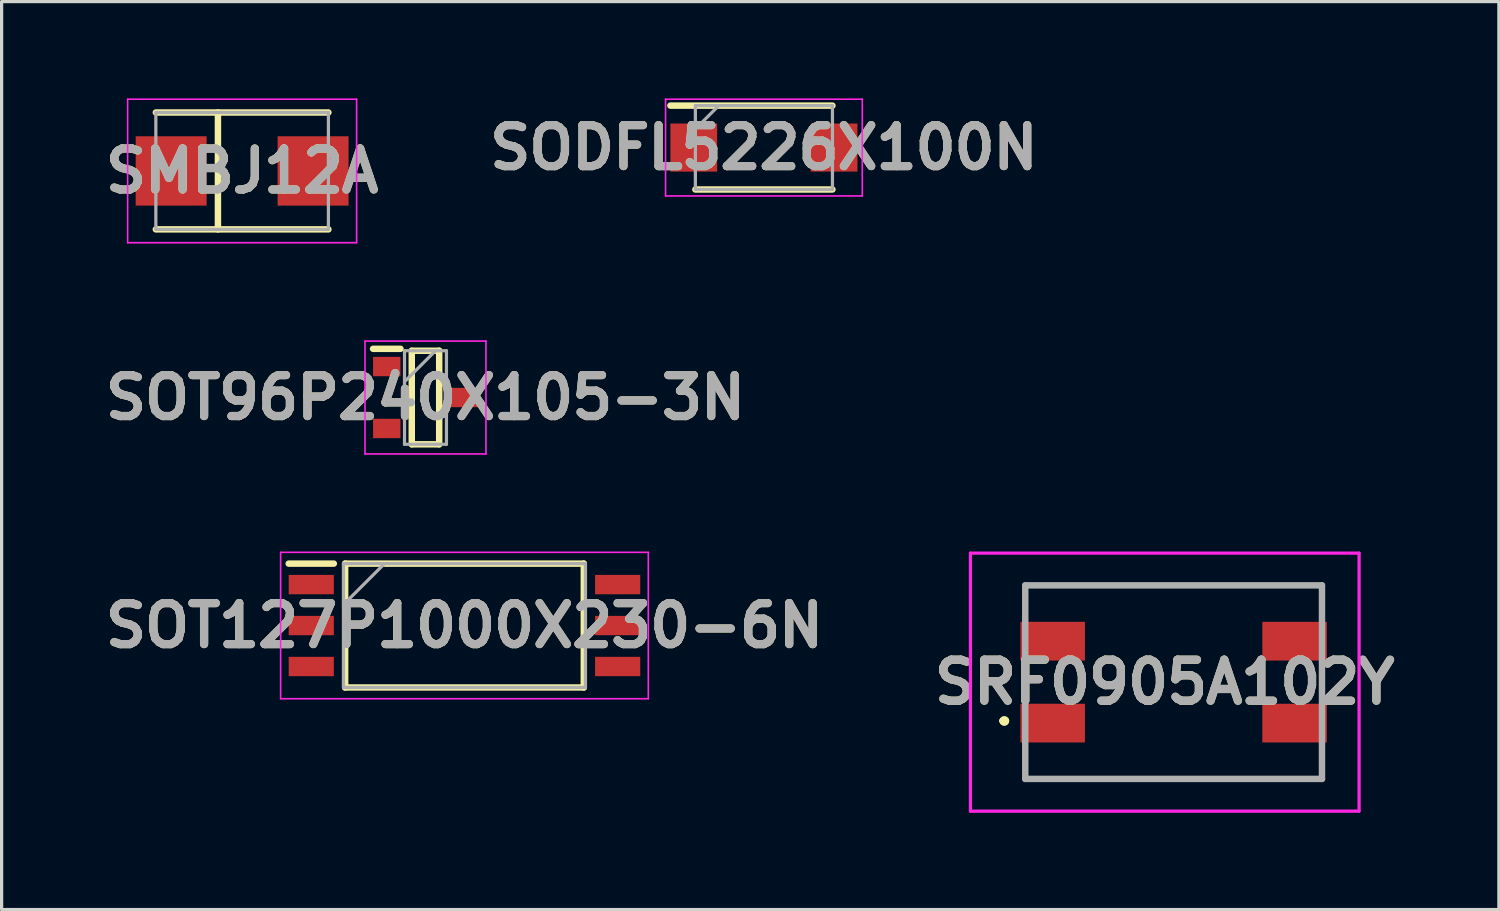
<source format=kicad_pcb>
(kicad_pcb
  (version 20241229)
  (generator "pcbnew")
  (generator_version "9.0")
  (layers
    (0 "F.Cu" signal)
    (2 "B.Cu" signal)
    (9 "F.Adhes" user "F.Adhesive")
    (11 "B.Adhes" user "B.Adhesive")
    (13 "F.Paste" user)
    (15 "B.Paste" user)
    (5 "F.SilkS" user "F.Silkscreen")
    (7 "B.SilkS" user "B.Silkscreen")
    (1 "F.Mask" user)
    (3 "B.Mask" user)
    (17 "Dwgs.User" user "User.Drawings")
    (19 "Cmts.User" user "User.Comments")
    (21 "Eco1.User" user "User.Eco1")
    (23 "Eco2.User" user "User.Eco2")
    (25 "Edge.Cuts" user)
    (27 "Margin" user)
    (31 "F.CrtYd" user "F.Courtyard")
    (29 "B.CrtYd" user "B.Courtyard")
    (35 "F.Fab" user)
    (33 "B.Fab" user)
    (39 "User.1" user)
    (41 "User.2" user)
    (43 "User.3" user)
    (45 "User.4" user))
  (footprint "SOT96P240X105-3N"
    (layer "F.Cu")
    (at 10.142 9.275)
    (property "Reference" "SOT96P240X105-3N" (at 0 0 0) (layer "F.SilkS") (effects (font (size 1.27 1.27) (thickness 0.254))))
    (attr smd)
    (fp_line (start -1.625 -1.51) (end -0.775 -1.51) (stroke (width 0.2) (type solid)) (layer "F.SilkS"))
    (fp_line (start -0.425 -1.45) (end 0.425 -1.45) (stroke (width 0.2) (type solid)) (layer "F.SilkS"))
    (fp_line (start -0.425 1.45) (end -0.425 -1.45) (stroke (width 0.2) (type solid)) (layer "F.SilkS"))
    (fp_line (start 0.425 -1.45) (end 0.425 1.45) (stroke (width 0.2) (type solid)) (layer "F.SilkS"))
    (fp_line (start 0.425 1.45) (end -0.425 1.45) (stroke (width 0.2) (type solid)) (layer "F.SilkS"))
    (fp_line (start -1.875 -1.75) (end 1.875 -1.75) (stroke (width 0.05) (type solid)) (layer "F.CrtYd"))
    (fp_line (start -1.875 1.75) (end -1.875 -1.75) (stroke (width 0.05) (type solid)) (layer "F.CrtYd"))
    (fp_line (start 1.875 -1.75) (end 1.875 1.75) (stroke (width 0.05) (type solid)) (layer "F.CrtYd"))
    (fp_line (start 1.875 1.75) (end -1.875 1.75) (stroke (width 0.05) (type solid)) (layer "F.CrtYd"))
    (fp_line (start -0.65 -1.45) (end 0.65 -1.45) (stroke (width 0.1) (type solid)) (layer "F.Fab"))
    (fp_line (start -0.65 -0.49) (end 0.31 -1.45) (stroke (width 0.1) (type solid)) (layer "F.Fab"))
    (fp_line (start -0.65 1.45) (end -0.65 -1.45) (stroke (width 0.1) (type solid)) (layer "F.Fab"))
    (fp_line (start 0.65 -1.45) (end 0.65 1.45) (stroke (width 0.1) (type solid)) (layer "F.Fab"))
    (fp_line (start 0.65 1.45) (end -0.65 1.45) (stroke (width 0.1) (type solid)) (layer "F.Fab"))
    (fp_text user "${REFERENCE}" (at 0 0 0) (layer "F.Fab") (effects (font (size 1.27 1.27) (thickness 0.254))))
    (pad "1" smd rect (at -1.2 -0.96 90) (size 0.6 0.85) (layers "F.Cu" "F.Mask" "F.Paste"))
    (pad "2" smd rect (at -1.2 0.96 90) (size 0.6 0.85) (layers "F.Cu" "F.Mask" "F.Paste"))
    (pad "3" smd rect (at 1.2 0 90) (size 0.6 0.85) (layers "F.Cu" "F.Mask" "F.Paste")))
  (footprint "SRF0905A102Y"
    (layer "F.Cu")
    (at 33.338 18.1)
    (property "Reference" "SRF0905A102Y" (at -0.275 0 0) (layer "F.SilkS") (effects (font (size 1.27 1.27) (thickness 0.254))))
    (attr smd)
    (fp_line (start -5.3 1.2) (end -5.3 1.2) (stroke (width 0.2) (type solid)) (layer "F.SilkS"))
    (fp_line (start -5.3 1.2) (end -5.3 1.2) (stroke (width 0.2) (type solid)) (layer "F.SilkS"))
    (fp_line (start -5.2 1.2) (end -5.2 1.2) (stroke (width 0.2) (type solid)) (layer "F.SilkS"))
    (fp_line (start -4.6 -3) (end -4.6 -3) (stroke (width 0.1) (type solid)) (layer "F.SilkS"))
    (fp_line (start -4.6 -3) (end -4.6 -3) (stroke (width 0.1) (type solid)) (layer "F.SilkS"))
    (fp_line (start -4.6 -3) (end -4.6 -2.5) (stroke (width 0.1) (type solid)) (layer "F.SilkS"))
    (fp_line (start -4.6 -3) (end 4.6 -3) (stroke (width 0.1) (type solid)) (layer "F.SilkS"))
    (fp_line (start -4.6 -2.5) (end -4.6 -3) (stroke (width 0.1) (type solid)) (layer "F.SilkS"))
    (fp_line (start -4.6 -2.5) (end -4.6 -2.5) (stroke (width 0.1) (type solid)) (layer "F.SilkS"))
    (fp_line (start -4.6 2.5) (end -4.6 2.5) (stroke (width 0.1) (type solid)) (layer "F.SilkS"))
    (fp_line (start -4.6 2.5) (end -4.6 3) (stroke (width 0.1) (type solid)) (layer "F.SilkS"))
    (fp_line (start -4.6 3) (end -4.6 2.5) (stroke (width 0.1) (type solid)) (layer "F.SilkS"))
    (fp_line (start -4.6 3) (end -4.6 3) (stroke (width 0.1) (type solid)) (layer "F.SilkS"))
    (fp_line (start -4.6 3) (end -4.6 3) (stroke (width 0.1) (type solid)) (layer "F.SilkS"))
    (fp_line (start -4.6 3) (end 4.6 3) (stroke (width 0.1) (type solid)) (layer "F.SilkS"))
    (fp_line (start 4.6 -3) (end -4.6 -3) (stroke (width 0.1) (type solid)) (layer "F.SilkS"))
    (fp_line (start 4.6 -3) (end 4.6 -3) (stroke (width 0.1) (type solid)) (layer "F.SilkS"))
    (fp_line (start 4.6 -3) (end 4.6 -3) (stroke (width 0.1) (type solid)) (layer "F.SilkS"))
    (fp_line (start 4.6 -3) (end 4.6 -2.5) (stroke (width 0.1) (type solid)) (layer "F.SilkS"))
    (fp_line (start 4.6 -2.5) (end 4.6 -3) (stroke (width 0.1) (type solid)) (layer "F.SilkS"))
    (fp_line (start 4.6 -2.5) (end 4.6 -2.5) (stroke (width 0.1) (type solid)) (layer "F.SilkS"))
    (fp_line (start 4.6 2.5) (end 4.6 2.5) (stroke (width 0.1) (type solid)) (layer "F.SilkS"))
    (fp_line (start 4.6 2.5) (end 4.6 3) (stroke (width 0.1) (type solid)) (layer "F.SilkS"))
    (fp_line (start 4.6 3) (end -4.6 3) (stroke (width 0.1) (type solid)) (layer "F.SilkS"))
    (fp_line (start 4.6 3) (end 4.6 2.5) (stroke (width 0.1) (type solid)) (layer "F.SilkS"))
    (fp_line (start 4.6 3) (end 4.6 3) (stroke (width 0.1) (type solid)) (layer "F.SilkS"))
    (fp_line (start 4.6 3) (end 4.6 3) (stroke (width 0.1) (type solid)) (layer "F.SilkS"))
    (fp_arc (start -5.3 1.2) (mid -5.25 1.15) (end -5.2 1.2) (stroke (width 0.2) (type solid)) (layer "F.SilkS"))
    (fp_arc (start -5.2 1.2) (mid -5.25 1.25) (end -5.3 1.2) (stroke (width 0.2) (type solid)) (layer "F.SilkS"))
    (fp_arc (start -5.2 1.2) (mid -5.25 1.25) (end -5.3 1.2) (stroke (width 0.2) (type solid)) (layer "F.SilkS"))
    (fp_line (start -6.3 -4) (end 5.75 -4) (stroke (width 0.1) (type solid)) (layer "F.CrtYd"))
    (fp_line (start -6.3 4) (end -6.3 -4) (stroke (width 0.1) (type solid)) (layer "F.CrtYd"))
    (fp_line (start 5.75 -4) (end 5.75 4) (stroke (width 0.1) (type solid)) (layer "F.CrtYd"))
    (fp_line (start 5.75 4) (end -6.3 4) (stroke (width 0.1) (type solid)) (layer "F.CrtYd"))
    (fp_line (start -4.6 -3) (end -4.6 3) (stroke (width 0.2) (type solid)) (layer "F.Fab"))
    (fp_line (start -4.6 3) (end 4.6 3) (stroke (width 0.2) (type solid)) (layer "F.Fab"))
    (fp_line (start 4.6 -3) (end -4.6 -3) (stroke (width 0.2) (type solid)) (layer "F.Fab"))
    (fp_line (start 4.6 3) (end 4.6 -3) (stroke (width 0.2) (type solid)) (layer "F.Fab"))
    (fp_text user "${REFERENCE}" (at -0.275 0 0) (layer "F.Fab") (effects (font (size 1.27 1.27) (thickness 0.254))))
    (pad "1" smd rect (at -3.75 1.27 90) (size 1.2 2) (layers "F.Cu" "F.Mask" "F.Paste"))
    (pad "2" smd rect (at -3.75 -1.27 90) (size 1.2 2) (layers "F.Cu" "F.Mask" "F.Paste"))
    (pad "3" smd rect (at 3.75 -1.27 90) (size 1.2 2) (layers "F.Cu" "F.Mask" "F.Paste"))
    (pad "4" smd rect (at 3.75 1.27 90) (size 1.2 2) (layers "F.Cu" "F.Mask" "F.Paste")))
  (footprint "SMBJ12A"
    (layer "F.Cu")
    (at 4.457 2.25)
    (property "Reference" "SMBJ12A" (at 0 0 0) (layer "F.SilkS") (effects (font (size 1.27 1.27) (thickness 0.254))))
    (attr smd)
    (fp_line (start -2.675 -1.812) (end 2.675 -1.812) (stroke (width 0.2) (type solid)) (layer "F.SilkS"))
    (fp_line (start -2.675 1.812) (end 2.675 1.812) (stroke (width 0.2) (type solid)) (layer "F.SilkS"))
    (fp_line (start -0.75 -1.812) (end -0.75 1.812) (stroke (width 0.2) (type solid)) (layer "F.SilkS"))
    (fp_line (start -3.55 -2.225) (end 3.55 -2.225) (stroke (width 0.05) (type solid)) (layer "F.CrtYd"))
    (fp_line (start -3.55 2.225) (end -3.55 -2.225) (stroke (width 0.05) (type solid)) (layer "F.CrtYd"))
    (fp_line (start 3.55 -2.225) (end 3.55 2.225) (stroke (width 0.05) (type solid)) (layer "F.CrtYd"))
    (fp_line (start 3.55 2.225) (end -3.55 2.225) (stroke (width 0.05) (type solid)) (layer "F.CrtYd"))
    (fp_line (start -2.675 -1.812) (end 2.675 -1.812) (stroke (width 0.1) (type solid)) (layer "F.Fab"))
    (fp_line (start -2.675 1.812) (end -2.675 -1.812) (stroke (width 0.1) (type solid)) (layer "F.Fab"))
    (fp_line (start 2.675 -1.812) (end 2.675 1.812) (stroke (width 0.1) (type solid)) (layer "F.Fab"))
    (fp_line (start 2.675 1.812) (end -2.675 1.812) (stroke (width 0.1) (type solid)) (layer "F.Fab"))
    (fp_text user "${REFERENCE}" (at 0 0 0) (layer "F.Fab") (effects (font (size 1.27 1.27) (thickness 0.254))))
    (pad "1" smd rect (at -2.2 0 90) (size 2.15 2.2) (layers "F.Cu" "F.Mask" "F.Paste"))
    (pad "2" smd rect (at 2.2 0 90) (size 2.15 2.2) (layers "F.Cu" "F.Mask" "F.Paste")))
  (footprint "SODFL5226X100N"
    (layer "F.Cu")
    (at 20.635 1.525)
    (property "Reference" "SODFL5226X100N" (at 0 0 0) (layer "F.SilkS") (effects (font (size 1.27 1.27) (thickness 0.254))))
    (attr smd)
    (fp_line (start -2.9 -1.3) (end 2.125 -1.3) (stroke (width 0.2) (type solid)) (layer "F.SilkS"))
    (fp_line (start -2.125 1.3) (end 2.125 1.3) (stroke (width 0.2) (type solid)) (layer "F.SilkS"))
    (fp_line (start -3.05 -1.5) (end 3.05 -1.5) (stroke (width 0.05) (type solid)) (layer "F.CrtYd"))
    (fp_line (start -3.05 1.5) (end -3.05 -1.5) (stroke (width 0.05) (type solid)) (layer "F.CrtYd"))
    (fp_line (start 3.05 -1.5) (end 3.05 1.5) (stroke (width 0.05) (type solid)) (layer "F.CrtYd"))
    (fp_line (start 3.05 1.5) (end -3.05 1.5) (stroke (width 0.05) (type solid)) (layer "F.CrtYd"))
    (fp_line (start -2.125 -1.3) (end 2.125 -1.3) (stroke (width 0.1) (type solid)) (layer "F.Fab"))
    (fp_line (start -2.125 -0.575) (end -1.4 -1.3) (stroke (width 0.1) (type solid)) (layer "F.Fab"))
    (fp_line (start -2.125 1.3) (end -2.125 -1.3) (stroke (width 0.1) (type solid)) (layer "F.Fab"))
    (fp_line (start 2.125 -1.3) (end 2.125 1.3) (stroke (width 0.1) (type solid)) (layer "F.Fab"))
    (fp_line (start 2.125 1.3) (end -2.125 1.3) (stroke (width 0.1) (type solid)) (layer "F.Fab"))
    (fp_text user "${REFERENCE}" (at 0 0 0) (layer "F.Fab") (effects (font (size 1.27 1.27) (thickness 0.254))))
    (pad "1" smd rect (at -2.175 0) (size 1.45 1.49) (layers "F.Cu" "F.Mask" "F.Paste"))
    (pad "2" smd rect (at 2.175 0) (size 1.45 1.49) (layers "F.Cu" "F.Mask" "F.Paste")))
  (footprint "SOT127P1000X230-6N"
    (layer "F.Cu")
    (at 11.351 16.345)
    (property "Reference" "SOT127P1000X230-6N" (at 0 0 0) (layer "F.SilkS") (effects (font (size 1.27 1.27) (thickness 0.254))))
    (attr smd)
    (fp_line (start -5.45 -1.92) (end -4.05 -1.92) (stroke (width 0.2) (type solid)) (layer "F.SilkS"))
    (fp_line (start -3.7 -1.92) (end 3.7 -1.92) (stroke (width 0.2) (type solid)) (layer "F.SilkS"))
    (fp_line (start -3.7 1.92) (end -3.7 -1.92) (stroke (width 0.2) (type solid)) (layer "F.SilkS"))
    (fp_line (start 3.7 -1.92) (end 3.7 1.92) (stroke (width 0.2) (type solid)) (layer "F.SilkS"))
    (fp_line (start 3.7 1.92) (end -3.7 1.92) (stroke (width 0.2) (type solid)) (layer "F.SilkS"))
    (fp_line (start -5.7 -2.27) (end 5.7 -2.27) (stroke (width 0.05) (type solid)) (layer "F.CrtYd"))
    (fp_line (start -5.7 2.27) (end -5.7 -2.27) (stroke (width 0.05) (type solid)) (layer "F.CrtYd"))
    (fp_line (start 5.7 -2.27) (end 5.7 2.27) (stroke (width 0.05) (type solid)) (layer "F.CrtYd"))
    (fp_line (start 5.7 2.27) (end -5.7 2.27) (stroke (width 0.05) (type solid)) (layer "F.CrtYd"))
    (fp_line (start -3.75 -1.92) (end 3.75 -1.92) (stroke (width 0.1) (type solid)) (layer "F.Fab"))
    (fp_line (start -3.75 -0.65) (end -2.48 -1.92) (stroke (width 0.1) (type solid)) (layer "F.Fab"))
    (fp_line (start -3.75 1.92) (end -3.75 -1.92) (stroke (width 0.1) (type solid)) (layer "F.Fab"))
    (fp_line (start 3.75 -1.92) (end 3.75 1.92) (stroke (width 0.1) (type solid)) (layer "F.Fab"))
    (fp_line (start 3.75 1.92) (end -3.75 1.92) (stroke (width 0.1) (type solid)) (layer "F.Fab"))
    (fp_text user "${REFERENCE}" (at 0 0 0) (layer "F.Fab") (effects (font (size 1.27 1.27) (thickness 0.254))))
    (pad "1" smd rect (at -4.75 -1.27 90) (size 0.6 1.4) (layers "F.Cu" "F.Mask" "F.Paste"))
    (pad "2" smd rect (at -4.75 0 90) (size 0.6 1.4) (layers "F.Cu" "F.Mask" "F.Paste"))
    (pad "3" smd rect (at -4.75 1.27 90) (size 0.6 1.4) (layers "F.Cu" "F.Mask" "F.Paste"))
    (pad "4" smd rect (at 4.75 1.27 90) (size 0.6 1.4) (layers "F.Cu" "F.Mask" "F.Paste"))
    (pad "5" smd rect (at 4.75 0 90) (size 0.6 1.4) (layers "F.Cu" "F.Mask" "F.Paste"))
    (pad "6" smd rect (at 4.75 -1.27 90) (size 0.6 1.4) (layers "F.Cu" "F.Mask" "F.Paste")))
  (gr_rect
    (start -3 -3)
    (end 43.423 25.15)
    (stroke (width 0.1) (type default))
    (fill no)
    (layer "Edge.Cuts")))
</source>
